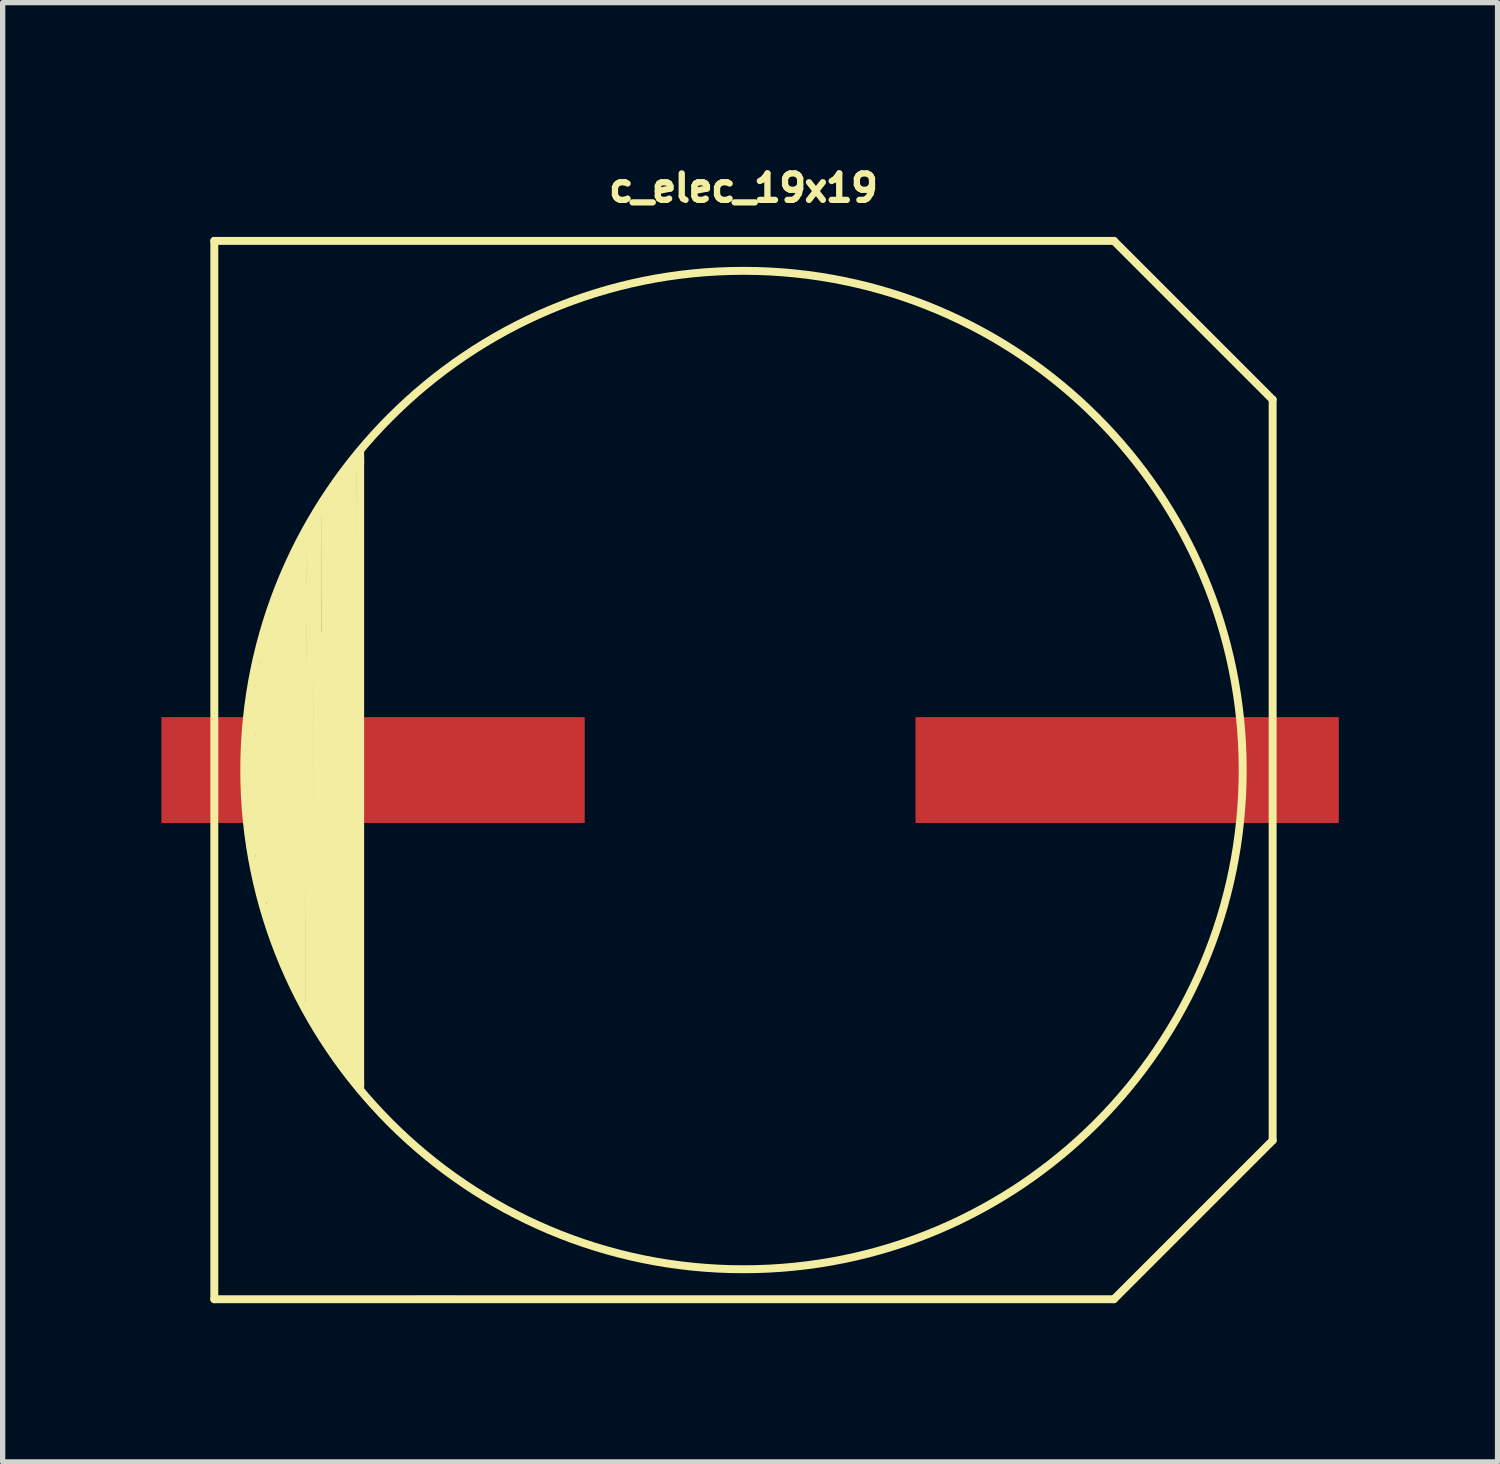
<source format=kicad_pcb>
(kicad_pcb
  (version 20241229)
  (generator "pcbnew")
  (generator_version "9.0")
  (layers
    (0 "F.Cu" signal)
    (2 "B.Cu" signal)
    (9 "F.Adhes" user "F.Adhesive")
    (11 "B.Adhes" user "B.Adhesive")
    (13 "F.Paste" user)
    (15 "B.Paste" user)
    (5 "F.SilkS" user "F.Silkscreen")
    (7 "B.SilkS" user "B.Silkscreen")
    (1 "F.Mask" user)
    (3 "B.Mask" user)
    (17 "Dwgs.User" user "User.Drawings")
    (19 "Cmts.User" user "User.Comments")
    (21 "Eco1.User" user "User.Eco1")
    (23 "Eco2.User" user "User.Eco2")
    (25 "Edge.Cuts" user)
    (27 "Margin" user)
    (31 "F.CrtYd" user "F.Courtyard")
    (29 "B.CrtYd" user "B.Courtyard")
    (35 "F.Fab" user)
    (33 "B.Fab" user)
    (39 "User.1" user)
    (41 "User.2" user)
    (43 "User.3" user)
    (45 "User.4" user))
  (footprint "c_elec_19x19"
    (layer "F.Cu")
    (at 11 11.502)
    (property "Reference" "c_elec_19x19" (at 0 -11 0) (layer "F.SilkS") (effects (font (size 0.5 0.5) (thickness 0.119))))
    (attr through_hole)
    (fp_line (start -10 -10) (end 7 -10) (stroke (width 0.15) (type solid)) (layer "F.SilkS"))
    (fp_line (start -10 10) (end -10 -10) (stroke (width 0.15) (type solid)) (layer "F.SilkS"))
    (fp_line (start -10 10) (end 7 10) (stroke (width 0.15) (type solid)) (layer "F.SilkS"))
    (fp_line (start -9.327 -0.185) (end -9.327 0.475) (stroke (width 0.15) (type solid)) (layer "F.SilkS"))
    (fp_line (start -9.327 0.475) (end -9.276 1.173) (stroke (width 0.15) (type solid)) (layer "F.SilkS"))
    (fp_line (start -9.276 1.173) (end -9.187 1.491) (stroke (width 0.15) (type solid)) (layer "F.SilkS"))
    (fp_line (start -9.251 -0.566) (end -9.238 0.945) (stroke (width 0.15) (type solid)) (layer "F.SilkS"))
    (fp_line (start -9.238 -1.379) (end -9.327 -0.185) (stroke (width 0.15) (type solid)) (layer "F.SilkS"))
    (fp_line (start -9.238 0.945) (end -7.93 -2.548) (stroke (width 0.15) (type solid)) (layer "F.SilkS"))
    (fp_line (start -9.187 1.491) (end -9.098 1.707) (stroke (width 0.15) (type solid)) (layer "F.SilkS"))
    (fp_line (start -9.149 -1.951) (end -9.238 -1.379) (stroke (width 0.15) (type solid)) (layer "F.SilkS"))
    (fp_line (start -9.149 2.012) (end -9.149 -1.951) (stroke (width 0.15) (type solid)) (layer "F.SilkS"))
    (fp_line (start -9.098 1.707) (end -9.047 0.704) (stroke (width 0.15) (type solid)) (layer "F.SilkS"))
    (fp_line (start -9.06 -2.446) (end -9.06 2.431) (stroke (width 0.15) (type solid)) (layer "F.SilkS"))
    (fp_line (start -9.06 -0.477) (end -9.251 -0.566) (stroke (width 0.15) (type solid)) (layer "F.SilkS"))
    (fp_line (start -9.06 2.431) (end -9.149 2.012) (stroke (width 0.15) (type solid)) (layer "F.SilkS"))
    (fp_line (start -9.047 0.704) (end -9.06 -0.477) (stroke (width 0.15) (type solid)) (layer "F.SilkS"))
    (fp_line (start -8.946 2.939) (end -8.921 -2.916) (stroke (width 0.15) (type solid)) (layer "F.SilkS"))
    (fp_line (start -8.921 -2.916) (end -9.06 -2.446) (stroke (width 0.15) (type solid)) (layer "F.SilkS"))
    (fp_line (start -8.806 -3.056) (end -8.806 3.307) (stroke (width 0.15) (type solid)) (layer "F.SilkS"))
    (fp_line (start -8.806 3.307) (end -8.946 2.939) (stroke (width 0.15) (type solid)) (layer "F.SilkS"))
    (fp_line (start -8.679 -3.589) (end -8.806 -3.056) (stroke (width 0.15) (type solid)) (layer "F.SilkS"))
    (fp_line (start -8.666 3.561) (end -8.679 -3.589) (stroke (width 0.15) (type solid)) (layer "F.SilkS"))
    (fp_line (start -8.552 -3.767) (end -8.54 3.841) (stroke (width 0.15) (type solid)) (layer "F.SilkS"))
    (fp_line (start -8.54 3.841) (end -8.666 3.561) (stroke (width 0.15) (type solid)) (layer "F.SilkS"))
    (fp_line (start -8.463 -4.135) (end -7.968 -1.735) (stroke (width 0.15) (type solid)) (layer "F.SilkS"))
    (fp_line (start -8.463 4.145) (end -8.463 -4.135) (stroke (width 0.15) (type solid)) (layer "F.SilkS"))
    (fp_line (start -8.349 4.298) (end -8.463 4.145) (stroke (width 0.15) (type solid)) (layer "F.SilkS"))
    (fp_line (start -8.336 -4.313) (end -8.324 -4.275) (stroke (width 0.15) (type solid)) (layer "F.SilkS"))
    (fp_line (start -8.324 -4.275) (end -8.349 4.298) (stroke (width 0.15) (type solid)) (layer "F.SilkS"))
    (fp_line (start -8.209 4.488) (end -8.184 -4.656) (stroke (width 0.15) (type solid)) (layer "F.SilkS"))
    (fp_line (start -8.184 -4.656) (end -8.336 -4.313) (stroke (width 0.15) (type solid)) (layer "F.SilkS"))
    (fp_line (start -8.07 4.742) (end -8.209 4.488) (stroke (width 0.15) (type solid)) (layer "F.SilkS"))
    (fp_line (start -8.044 -4.846) (end -8.07 4.742) (stroke (width 0.15) (type solid)) (layer "F.SilkS"))
    (fp_line (start -8.019 -2.141) (end -8.006 -1.367) (stroke (width 0.15) (type solid)) (layer "F.SilkS"))
    (fp_line (start -7.981 4.844) (end -7.968 3.967) (stroke (width 0.15) (type solid)) (layer "F.SilkS"))
    (fp_line (start -7.968 -1.735) (end -7.981 4.844) (stroke (width 0.15) (type solid)) (layer "F.SilkS"))
    (fp_line (start -7.93 -2.548) (end -8.019 -2.141) (stroke (width 0.15) (type solid)) (layer "F.SilkS"))
    (fp_line (start -7.904 -5.126) (end -8.044 -4.846) (stroke (width 0.15) (type solid)) (layer "F.SilkS"))
    (fp_line (start -7.904 5.06) (end -7.904 -5.126) (stroke (width 0.15) (type solid)) (layer "F.SilkS"))
    (fp_line (start -7.879 5.022) (end -7.828 5.123) (stroke (width 0.15) (type solid)) (layer "F.SilkS"))
    (fp_line (start -7.828 5.123) (end -7.79 5.085) (stroke (width 0.15) (type solid)) (layer "F.SilkS"))
    (fp_line (start -7.765 5.25) (end -7.765 -5.215) (stroke (width 0.15) (type solid)) (layer "F.SilkS"))
    (fp_line (start -7.727 -5.291) (end -7.676 5.339) (stroke (width 0.15) (type solid)) (layer "F.SilkS"))
    (fp_line (start -7.676 5.339) (end -7.765 5.25) (stroke (width 0.15) (type solid)) (layer "F.SilkS"))
    (fp_line (start -7.6 -5.494) (end -7.727 -5.291) (stroke (width 0.15) (type solid)) (layer "F.SilkS"))
    (fp_line (start -7.587 5.466) (end -7.6 -5.494) (stroke (width 0.15) (type solid)) (layer "F.SilkS"))
    (fp_line (start -7.536 -5.596) (end -7.485 -5.596) (stroke (width 0.15) (type solid)) (layer "F.SilkS"))
    (fp_line (start -7.485 -5.596) (end -7.46 5.657) (stroke (width 0.15) (type solid)) (layer "F.SilkS"))
    (fp_line (start -7.46 5.657) (end -7.587 5.466) (stroke (width 0.15) (type solid)) (layer "F.SilkS"))
    (fp_line (start -7.384 -5.811) (end -7.536 -5.596) (stroke (width 0.15) (type solid)) (layer "F.SilkS"))
    (fp_line (start -7.346 5.822) (end -7.384 -5.811) (stroke (width 0.15) (type solid)) (layer "F.SilkS"))
    (fp_line (start -7.282 5.86) (end -7.244 5.885) (stroke (width 0.15) (type solid)) (layer "F.SilkS"))
    (fp_line (start -7.269 -5.684) (end -7.244 -5.799) (stroke (width 0.15) (type solid)) (layer "F.SilkS"))
    (fp_line (start -7.244 -5.9) (end -7.244 5.961) (stroke (width 0.15) (type solid)) (layer "F.SilkS"))
    (fp_line (start -7.244 -5.799) (end -7.244 -6.015) (stroke (width 0.15) (type solid)) (layer "F.SilkS"))
    (fp_line (start -7.244 5.885) (end -7.244 6.038) (stroke (width 0.15) (type solid)) (layer "F.SilkS"))
    (fp_line (start -5.428 10) (end -6.19 10) (stroke (width 0.127) (type solid)) (layer "F.SilkS"))
    (fp_line (start 7 -10) (end 10 -7) (stroke (width 0.15) (type solid)) (layer "F.SilkS"))
    (fp_line (start 10 -7) (end 10 7) (stroke (width 0.15) (type solid)) (layer "F.SilkS"))
    (fp_line (start 10 7) (end 7 10) (stroke (width 0.15) (type solid)) (layer "F.SilkS"))
    (fp_circle (center 0 0) (end 5 8) (stroke (width 0.15) (type solid)) (fill no) (layer "F.SilkS"))
    (pad "1" smd rect (at 7.25 0) (size 8 2) (layers "F.Cu" "F.Mask" "F.Paste"))
    (pad "2" smd rect (at -7 0) (size 8 2) (layers "F.Cu" "F.Mask" "F.Paste")))
  (gr_rect
    (start -3 -3)
    (end 25.25 24.577)
    (stroke (width 0.1) (type default))
    (fill no)
    (layer "Edge.Cuts")))
</source>
